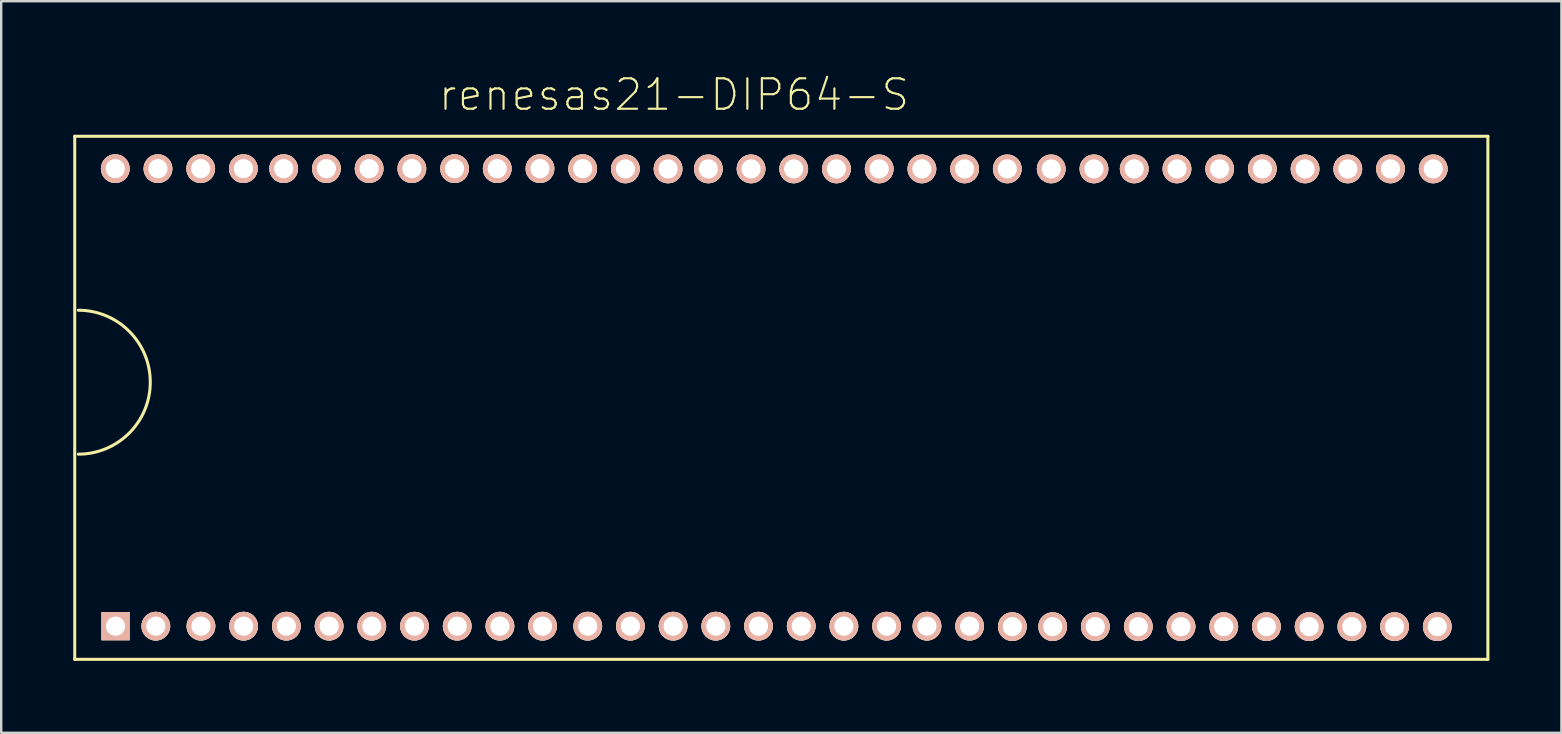
<source format=kicad_pcb>
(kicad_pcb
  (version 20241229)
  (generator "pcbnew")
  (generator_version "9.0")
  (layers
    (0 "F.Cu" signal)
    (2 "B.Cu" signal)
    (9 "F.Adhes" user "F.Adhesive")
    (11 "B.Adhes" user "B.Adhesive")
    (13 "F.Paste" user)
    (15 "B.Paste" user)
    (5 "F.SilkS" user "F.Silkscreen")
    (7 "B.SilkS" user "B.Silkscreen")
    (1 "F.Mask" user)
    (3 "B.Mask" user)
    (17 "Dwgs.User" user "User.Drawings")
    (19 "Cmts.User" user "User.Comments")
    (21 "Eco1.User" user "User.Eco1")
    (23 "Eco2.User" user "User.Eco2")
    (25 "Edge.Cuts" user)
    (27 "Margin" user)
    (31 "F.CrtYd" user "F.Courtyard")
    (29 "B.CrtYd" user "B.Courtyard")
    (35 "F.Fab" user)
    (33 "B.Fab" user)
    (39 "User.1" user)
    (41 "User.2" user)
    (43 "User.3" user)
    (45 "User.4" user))
  (footprint "renesas21-DIP64-S"
    (layer "F.Cu")
    (at 26.063 13.979)
    (property "Reference" "renesas21-DIP64-S" (at -1.02 -13.08 0) (layer "F.SilkS") (effects (font (size 1.27 1.27) (thickness 0.089))))
    (attr exclude_from_pos_files exclude_from_bom)
    (fp_line (start -25.999 -11.349) (end 32.898 -11.349) (stroke (width 0.127) (type solid)) (layer "F.SilkS"))
    (fp_line (start -25.999 10.45) (end -25.999 -11.349) (stroke (width 0.127) (type solid)) (layer "F.SilkS"))
    (fp_line (start 32.898 -11.349) (end 32.898 10.45) (stroke (width 0.127) (type solid)) (layer "F.SilkS"))
    (fp_line (start 32.898 10.45) (end -25.999 10.45) (stroke (width 0.127) (type solid)) (layer "F.SilkS"))
    (fp_arc (start -25.84958 -4.09956) (mid -22.84984 -1.09982) (end -25.84958 1.89992) (stroke (width 0.127) (type solid)) (layer "F.SilkS"))
    (fp_text user " " (at -19.05 2.54 0) (layer "F.SilkS") (effects (font (size 1.27 1.27) (thickness 0.089))))
    (pad "1" thru_hole rect (at -24.298 9.068) (size 1.173 1.173) (drill 0.798) (layers "*.Cu" "*.SilkS" "*.Mask"))
    (pad "2" thru_hole circle (at -22.619 9.068) (size 1.199 1.199) (drill 0.798) (layers "*.Cu" "*.SilkS" "*.Mask"))
    (pad "3" thru_hole circle (at -20.739 9.068) (size 1.199 1.199) (drill 0.798) (layers "*.Cu" "*.SilkS" "*.Mask"))
    (pad "4" thru_hole circle (at -18.959 9.068) (size 1.199 1.199) (drill 0.798) (layers "*.Cu" "*.SilkS" "*.Mask"))
    (pad "5" thru_hole circle (at -17.178 9.068) (size 1.199 1.199) (drill 0.798) (layers "*.Cu" "*.SilkS" "*.Mask"))
    (pad "6" thru_hole circle (at -15.397 9.068) (size 1.199 1.199) (drill 0.798) (layers "*.Cu" "*.SilkS" "*.Mask"))
    (pad "7" thru_hole circle (at -13.619 9.068) (size 1.199 1.199) (drill 0.798) (layers "*.Cu" "*.SilkS" "*.Mask"))
    (pad "8" thru_hole circle (at -11.839 9.068) (size 1.199 1.199) (drill 0.798) (layers "*.Cu" "*.SilkS" "*.Mask"))
    (pad "9" thru_hole circle (at -10.058 9.068) (size 1.199 1.199) (drill 0.798) (layers "*.Cu" "*.SilkS" "*.Mask"))
    (pad "10" thru_hole circle (at -8.278 9.068) (size 1.199 1.199) (drill 0.798) (layers "*.Cu" "*.SilkS" "*.Mask"))
    (pad "11" thru_hole circle (at -6.5 9.068) (size 1.199 1.199) (drill 0.798) (layers "*.Cu" "*.SilkS" "*.Mask"))
    (pad "12" thru_hole circle (at -4.618 9.068) (size 1.199 1.199) (drill 0.798) (layers "*.Cu" "*.SilkS" "*.Mask"))
    (pad "13" thru_hole circle (at -2.84 9.068) (size 1.199 1.199) (drill 0.798) (layers "*.Cu" "*.SilkS" "*.Mask"))
    (pad "14" thru_hole circle (at -1.059 9.068) (size 1.199 1.199) (drill 0.798) (layers "*.Cu" "*.SilkS" "*.Mask"))
    (pad "15" thru_hole circle (at 0.719 9.068) (size 1.199 1.199) (drill 0.798) (layers "*.Cu" "*.SilkS" "*.Mask"))
    (pad "16" thru_hole circle (at 2.499 9.068) (size 1.199 1.199) (drill 0.798) (layers "*.Cu" "*.SilkS" "*.Mask"))
    (pad "17" thru_hole circle (at 4.28 9.068) (size 1.199 1.199) (drill 0.798) (layers "*.Cu" "*.SilkS" "*.Mask"))
    (pad "18" thru_hole circle (at 6.058 9.068) (size 1.199 1.199) (drill 0.798) (layers "*.Cu" "*.SilkS" "*.Mask"))
    (pad "19" thru_hole circle (at 7.838 9.068) (size 1.199 1.199) (drill 0.798) (layers "*.Cu" "*.SilkS" "*.Mask"))
    (pad "20" thru_hole circle (at 9.52 9.068) (size 1.199 1.199) (drill 0.798) (layers "*.Cu" "*.SilkS" "*.Mask"))
    (pad "21" thru_hole circle (at 11.298 9.068) (size 1.199 1.199) (drill 0.798) (layers "*.Cu" "*.SilkS" "*.Mask"))
    (pad "22" thru_hole circle (at 13.078 9.088) (size 1.199 1.199) (drill 0.798) (layers "*.Cu" "*.SilkS" "*.Mask"))
    (pad "23" thru_hole circle (at 14.76 9.088) (size 1.199 1.199) (drill 0.798) (layers "*.Cu" "*.SilkS" "*.Mask"))
    (pad "24" thru_hole circle (at 16.538 9.088) (size 1.199 1.199) (drill 0.798) (layers "*.Cu" "*.SilkS" "*.Mask"))
    (pad "25" thru_hole circle (at 18.329 9.088) (size 1.199 1.199) (drill 0.798) (layers "*.Cu" "*.SilkS" "*.Mask"))
    (pad "26" thru_hole circle (at 20.109 9.088) (size 1.199 1.199) (drill 0.798) (layers "*.Cu" "*.SilkS" "*.Mask"))
    (pad "27" thru_hole circle (at 21.89 9.088) (size 1.199 1.199) (drill 0.798) (layers "*.Cu" "*.SilkS" "*.Mask"))
    (pad "28" thru_hole circle (at 23.668 9.088) (size 1.199 1.199) (drill 0.798) (layers "*.Cu" "*.SilkS" "*.Mask"))
    (pad "29" thru_hole circle (at 25.448 9.088) (size 1.199 1.199) (drill 0.798) (layers "*.Cu" "*.SilkS" "*.Mask"))
    (pad "30" thru_hole circle (at 27.229 9.088) (size 1.199 1.199) (drill 0.798) (layers "*.Cu" "*.SilkS" "*.Mask"))
    (pad "31" thru_hole circle (at 29.009 9.088) (size 1.199 1.199) (drill 0.798) (layers "*.Cu" "*.SilkS" "*.Mask"))
    (pad "32" thru_hole circle (at 30.79 9.088) (size 1.199 1.199) (drill 0.798) (layers "*.Cu" "*.SilkS" "*.Mask"))
    (pad "33" thru_hole circle (at 30.62 -9.99) (size 1.199 1.199) (drill 0.798) (layers "*.Cu" "*.SilkS" "*.Mask"))
    (pad "34" thru_hole circle (at 28.839 -9.99) (size 1.199 1.199) (drill 0.798) (layers "*.Cu" "*.SilkS" "*.Mask"))
    (pad "35" thru_hole circle (at 27.059 -9.99) (size 1.199 1.199) (drill 0.798) (layers "*.Cu" "*.SilkS" "*.Mask"))
    (pad "36" thru_hole circle (at 25.278 -9.99) (size 1.199 1.199) (drill 0.798) (layers "*.Cu" "*.SilkS" "*.Mask"))
    (pad "37" thru_hole circle (at 23.498 -9.99) (size 1.199 1.199) (drill 0.798) (layers "*.Cu" "*.SilkS" "*.Mask"))
    (pad "38" thru_hole circle (at 21.72 -9.99) (size 1.199 1.199) (drill 0.798) (layers "*.Cu" "*.SilkS" "*.Mask"))
    (pad "39" thru_hole circle (at 19.939 -9.99) (size 1.199 1.199) (drill 0.798) (layers "*.Cu" "*.SilkS" "*.Mask"))
    (pad "40" thru_hole circle (at 18.158 -9.99) (size 1.199 1.199) (drill 0.798) (layers "*.Cu" "*.SilkS" "*.Mask"))
    (pad "41" thru_hole circle (at 16.48 -9.99) (size 1.199 1.199) (drill 0.798) (layers "*.Cu" "*.SilkS" "*.Mask"))
    (pad "42" thru_hole circle (at 14.699 -9.99) (size 1.199 1.199) (drill 0.798) (layers "*.Cu" "*.SilkS" "*.Mask"))
    (pad "43" thru_hole circle (at 12.868 -9.99) (size 1.199 1.199) (drill 0.798) (layers "*.Cu" "*.SilkS" "*.Mask"))
    (pad "44" thru_hole circle (at 11.09 -9.99) (size 1.199 1.199) (drill 0.798) (layers "*.Cu" "*.SilkS" "*.Mask"))
    (pad "45" thru_hole circle (at 9.309 -9.99) (size 1.199 1.199) (drill 0.798) (layers "*.Cu" "*.SilkS" "*.Mask"))
    (pad "46" thru_hole circle (at 7.529 -9.99) (size 1.199 1.199) (drill 0.798) (layers "*.Cu" "*.SilkS" "*.Mask"))
    (pad "47" thru_hole circle (at 5.748 -9.99) (size 1.199 1.199) (drill 0.798) (layers "*.Cu" "*.SilkS" "*.Mask"))
    (pad "48" thru_hole circle (at 3.967 -9.99) (size 1.199 1.199) (drill 0.798) (layers "*.Cu" "*.SilkS" "*.Mask"))
    (pad "49" thru_hole circle (at 2.189 -9.99) (size 1.199 1.199) (drill 0.798) (layers "*.Cu" "*.SilkS" "*.Mask"))
    (pad "50" thru_hole circle (at 0.409 -9.99) (size 1.199 1.199) (drill 0.798) (layers "*.Cu" "*.SilkS" "*.Mask"))
    (pad "51" thru_hole circle (at -1.27 -9.99) (size 1.199 1.199) (drill 0.798) (layers "*.Cu" "*.SilkS" "*.Mask"))
    (pad "52" thru_hole circle (at -3.048 -9.99) (size 1.199 1.199) (drill 0.798) (layers "*.Cu" "*.SilkS" "*.Mask"))
    (pad "53" thru_hole circle (at -4.829 -10) (size 1.199 1.199) (drill 0.798) (layers "*.Cu" "*.SilkS" "*.Mask"))
    (pad "54" thru_hole circle (at -6.609 -10) (size 1.199 1.199) (drill 0.798) (layers "*.Cu" "*.SilkS" "*.Mask"))
    (pad "55" thru_hole circle (at -8.39 -10) (size 1.199 1.199) (drill 0.798) (layers "*.Cu" "*.SilkS" "*.Mask"))
    (pad "56" thru_hole circle (at -10.168 -10) (size 1.199 1.199) (drill 0.798) (layers "*.Cu" "*.SilkS" "*.Mask"))
    (pad "57" thru_hole circle (at -11.948 -10) (size 1.199 1.199) (drill 0.798) (layers "*.Cu" "*.SilkS" "*.Mask"))
    (pad "58" thru_hole circle (at -13.729 -10) (size 1.199 1.199) (drill 0.798) (layers "*.Cu" "*.SilkS" "*.Mask"))
    (pad "59" thru_hole circle (at -15.509 -10) (size 1.199 1.199) (drill 0.798) (layers "*.Cu" "*.SilkS" "*.Mask"))
    (pad "60" thru_hole circle (at -17.29 -10) (size 1.199 1.199) (drill 0.798) (layers "*.Cu" "*.SilkS" "*.Mask"))
    (pad "61" thru_hole circle (at -18.969 -10) (size 1.199 1.199) (drill 0.798) (layers "*.Cu" "*.SilkS" "*.Mask"))
    (pad "62" thru_hole circle (at -20.749 -10) (size 1.199 1.199) (drill 0.798) (layers "*.Cu" "*.SilkS" "*.Mask"))
    (pad "63" thru_hole circle (at -22.53 -10) (size 1.199 1.199) (drill 0.798) (layers "*.Cu" "*.SilkS" "*.Mask"))
    (pad "64" thru_hole circle (at -24.308 -10) (size 1.199 1.199) (drill 0.798) (layers "*.Cu" "*.SilkS" "*.Mask")))
  (gr_rect
    (start -3 -3)
    (end 62.025 27.492)
    (stroke (width 0.1) (type default))
    (fill no)
    (layer "Edge.Cuts")))
</source>
